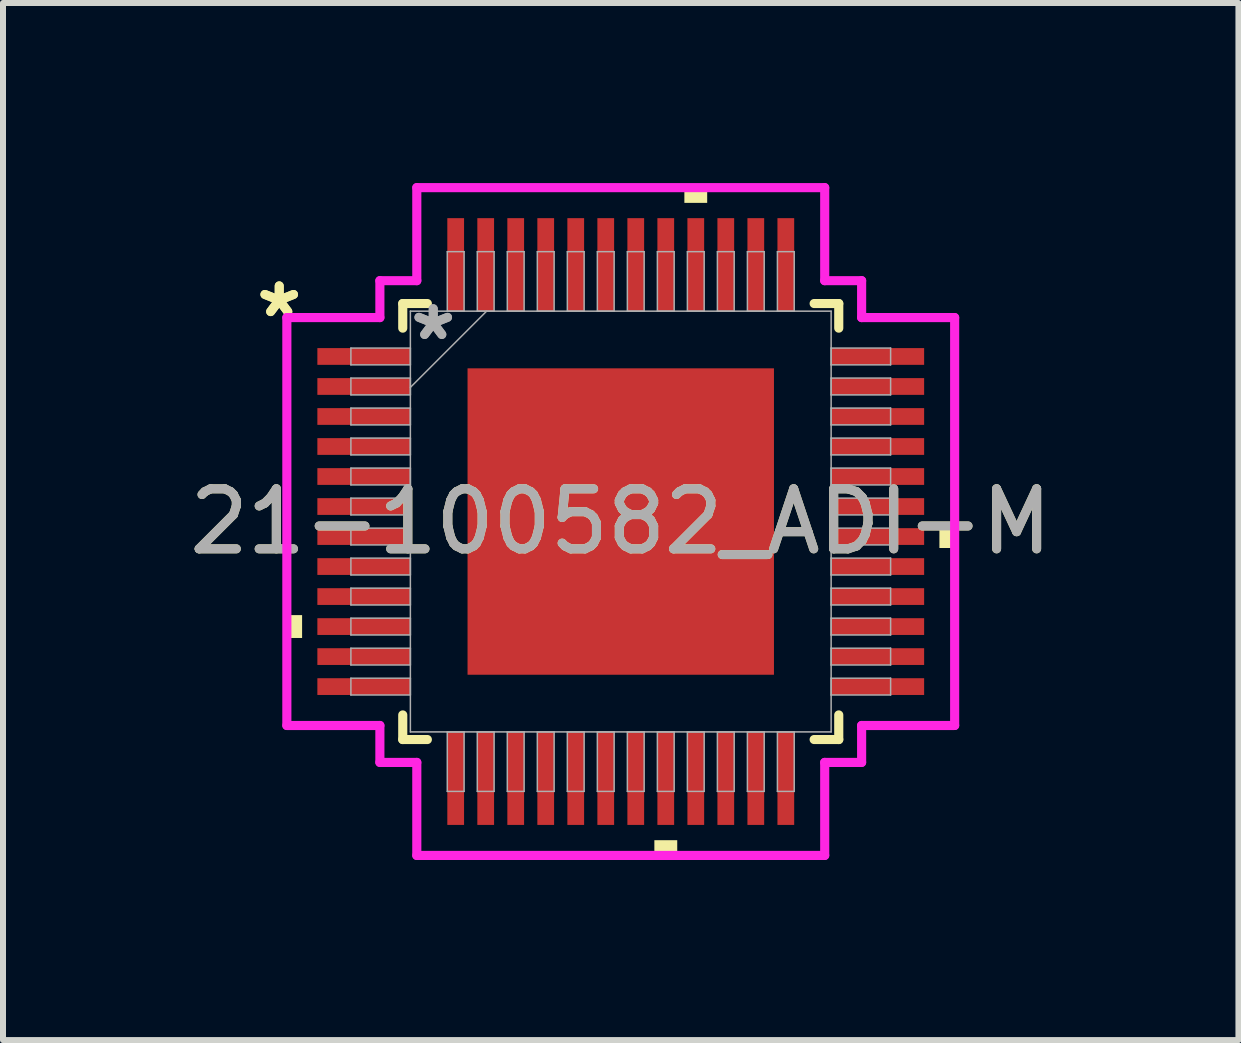
<source format=kicad_pcb>
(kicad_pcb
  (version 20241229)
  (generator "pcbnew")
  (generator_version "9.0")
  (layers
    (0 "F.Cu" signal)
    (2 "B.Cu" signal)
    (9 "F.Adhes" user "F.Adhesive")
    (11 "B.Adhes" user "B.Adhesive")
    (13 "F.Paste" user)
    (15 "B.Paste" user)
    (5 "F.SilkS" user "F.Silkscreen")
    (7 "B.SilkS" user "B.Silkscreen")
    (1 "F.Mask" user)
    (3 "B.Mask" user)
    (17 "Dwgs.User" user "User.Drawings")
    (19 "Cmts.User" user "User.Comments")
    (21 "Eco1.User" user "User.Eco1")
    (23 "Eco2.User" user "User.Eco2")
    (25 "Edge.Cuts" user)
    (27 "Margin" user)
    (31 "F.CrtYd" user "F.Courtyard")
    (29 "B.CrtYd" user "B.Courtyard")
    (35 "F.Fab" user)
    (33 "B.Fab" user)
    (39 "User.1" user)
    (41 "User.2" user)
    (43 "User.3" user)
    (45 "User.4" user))
  (footprint "21-100582_ADI-M"
    (layer "F.Cu")
    (at 7.292 5.639)
    (property "Reference" "21-100582_ADI-M" (at 0 0 0) (unlocked yes) (layer "F.SilkS") (effects (font (size 1 1) (thickness 0.15))))
    (attr smd)
    (fp_line (start -3.632 -3.632) (end -3.632 -3.222) (stroke (width 0.152) (type solid)) (layer "F.SilkS"))
    (fp_line (start -3.632 3.222) (end -3.632 3.632) (stroke (width 0.152) (type solid)) (layer "F.SilkS"))
    (fp_line (start -3.632 3.632) (end -3.222 3.632) (stroke (width 0.152) (type solid)) (layer "F.SilkS"))
    (fp_line (start -3.222 -3.632) (end -3.632 -3.632) (stroke (width 0.152) (type solid)) (layer "F.SilkS"))
    (fp_line (start 3.222 3.632) (end 3.632 3.632) (stroke (width 0.152) (type solid)) (layer "F.SilkS"))
    (fp_line (start 3.632 -3.632) (end 3.222 -3.632) (stroke (width 0.152) (type solid)) (layer "F.SilkS"))
    (fp_line (start 3.632 -3.222) (end 3.632 -3.632) (stroke (width 0.152) (type solid)) (layer "F.SilkS"))
    (fp_line (start 3.632 3.632) (end 3.632 3.222) (stroke (width 0.152) (type solid)) (layer "F.SilkS"))
    (fp_poly (pts (xy -5.563 1.559) (xy -5.563 1.94) (xy -5.309 1.94) (xy -5.309 1.559)) (stroke (width 0) (type solid)) (fill yes) (layer "F.SilkS"))
    (fp_poly (pts (xy 0.56 5.309) (xy 0.56 5.563) (xy 0.941 5.563) (xy 0.941 5.309)) (stroke (width 0) (type solid)) (fill yes) (layer "F.SilkS"))
    (fp_poly (pts (xy 1.06 -5.309) (xy 1.06 -5.563) (xy 1.44 -5.563) (xy 1.44 -5.309)) (stroke (width 0) (type solid)) (fill yes) (layer "F.SilkS"))
    (fp_poly (pts (xy 5.563 0.059) (xy 5.563 0.441) (xy 5.309 0.441) (xy 5.309 0.059)) (stroke (width 0) (type solid)) (fill yes) (layer "F.SilkS"))
    (fp_poly (pts (xy -2.453 -2.453) (xy -2.453 -1.376) (xy -1.376 -1.376) (xy -1.376 -2.453)) (stroke (width 0) (type solid)) (fill yes) (layer "F.Paste"))
    (fp_poly (pts (xy -2.453 -1.176) (xy -2.453 -0.1) (xy -1.376 -0.1) (xy -1.376 -1.176)) (stroke (width 0) (type solid)) (fill yes) (layer "F.Paste"))
    (fp_poly (pts (xy -2.453 0.1) (xy -2.453 1.176) (xy -1.376 1.176) (xy -1.376 0.1)) (stroke (width 0) (type solid)) (fill yes) (layer "F.Paste"))
    (fp_poly (pts (xy -2.453 1.376) (xy -2.453 2.453) (xy -1.376 2.453) (xy -1.376 1.376)) (stroke (width 0) (type solid)) (fill yes) (layer "F.Paste"))
    (fp_poly (pts (xy -1.176 -2.453) (xy -1.176 -1.376) (xy -0.1 -1.376) (xy -0.1 -2.453)) (stroke (width 0) (type solid)) (fill yes) (layer "F.Paste"))
    (fp_poly (pts (xy -1.176 -1.176) (xy -1.176 -0.1) (xy -0.1 -0.1) (xy -0.1 -1.176)) (stroke (width 0) (type solid)) (fill yes) (layer "F.Paste"))
    (fp_poly (pts (xy -1.176 0.1) (xy -1.176 1.176) (xy -0.1 1.176) (xy -0.1 0.1)) (stroke (width 0) (type solid)) (fill yes) (layer "F.Paste"))
    (fp_poly (pts (xy -1.176 1.376) (xy -1.176 2.453) (xy -0.1 2.453) (xy -0.1 1.376)) (stroke (width 0) (type solid)) (fill yes) (layer "F.Paste"))
    (fp_poly (pts (xy 0.1 -2.453) (xy 0.1 -1.376) (xy 1.176 -1.376) (xy 1.176 -2.453)) (stroke (width 0) (type solid)) (fill yes) (layer "F.Paste"))
    (fp_poly (pts (xy 0.1 -1.176) (xy 0.1 -0.1) (xy 1.176 -0.1) (xy 1.176 -1.176)) (stroke (width 0) (type solid)) (fill yes) (layer "F.Paste"))
    (fp_poly (pts (xy 0.1 0.1) (xy 0.1 1.176) (xy 1.176 1.176) (xy 1.176 0.1)) (stroke (width 0) (type solid)) (fill yes) (layer "F.Paste"))
    (fp_poly (pts (xy 0.1 1.376) (xy 0.1 2.453) (xy 1.176 2.453) (xy 1.176 1.376)) (stroke (width 0) (type solid)) (fill yes) (layer "F.Paste"))
    (fp_poly (pts (xy 1.376 -2.453) (xy 1.376 -1.376) (xy 2.453 -1.376) (xy 2.453 -2.453)) (stroke (width 0) (type solid)) (fill yes) (layer "F.Paste"))
    (fp_poly (pts (xy 1.376 -1.176) (xy 1.376 -0.1) (xy 2.453 -0.1) (xy 2.453 -1.176)) (stroke (width 0) (type solid)) (fill yes) (layer "F.Paste"))
    (fp_poly (pts (xy 1.376 0.1) (xy 1.376 1.176) (xy 2.453 1.176) (xy 2.453 0.1)) (stroke (width 0) (type solid)) (fill yes) (layer "F.Paste"))
    (fp_poly (pts (xy 1.376 1.376) (xy 1.376 2.453) (xy 2.453 2.453) (xy 2.453 1.376)) (stroke (width 0) (type solid)) (fill yes) (layer "F.Paste"))
    (fp_line (start -5.563 -3.398) (end -4.013 -3.398) (stroke (width 0.152) (type solid)) (layer "F.CrtYd"))
    (fp_line (start -5.563 3.398) (end -5.563 -3.398) (stroke (width 0.152) (type solid)) (layer "F.CrtYd"))
    (fp_line (start -4.013 -4.013) (end -3.398 -4.013) (stroke (width 0.152) (type solid)) (layer "F.CrtYd"))
    (fp_line (start -4.013 -3.398) (end -4.013 -4.013) (stroke (width 0.152) (type solid)) (layer "F.CrtYd"))
    (fp_line (start -4.013 3.398) (end -5.563 3.398) (stroke (width 0.152) (type solid)) (layer "F.CrtYd"))
    (fp_line (start -4.013 4.013) (end -4.013 3.398) (stroke (width 0.152) (type solid)) (layer "F.CrtYd"))
    (fp_line (start -4.013 4.013) (end -3.398 4.013) (stroke (width 0.152) (type solid)) (layer "F.CrtYd"))
    (fp_line (start -3.398 -5.563) (end 3.398 -5.563) (stroke (width 0.152) (type solid)) (layer "F.CrtYd"))
    (fp_line (start -3.398 -4.013) (end -3.398 -5.563) (stroke (width 0.152) (type solid)) (layer "F.CrtYd"))
    (fp_line (start -3.398 4.013) (end -3.398 5.563) (stroke (width 0.152) (type solid)) (layer "F.CrtYd"))
    (fp_line (start -3.398 5.563) (end 3.398 5.563) (stroke (width 0.152) (type solid)) (layer "F.CrtYd"))
    (fp_line (start 3.398 -5.563) (end 3.398 -4.013) (stroke (width 0.152) (type solid)) (layer "F.CrtYd"))
    (fp_line (start 3.398 -4.013) (end 4.013 -4.013) (stroke (width 0.152) (type solid)) (layer "F.CrtYd"))
    (fp_line (start 3.398 4.013) (end 4.013 4.013) (stroke (width 0.152) (type solid)) (layer "F.CrtYd"))
    (fp_line (start 3.398 5.563) (end 3.398 4.013) (stroke (width 0.152) (type solid)) (layer "F.CrtYd"))
    (fp_line (start 4.013 -3.398) (end 4.013 -4.013) (stroke (width 0.152) (type solid)) (layer "F.CrtYd"))
    (fp_line (start 4.013 3.398) (end 5.563 3.398) (stroke (width 0.152) (type solid)) (layer "F.CrtYd"))
    (fp_line (start 4.013 4.013) (end 4.013 3.398) (stroke (width 0.152) (type solid)) (layer "F.CrtYd"))
    (fp_line (start 5.563 -3.398) (end 4.013 -3.398) (stroke (width 0.152) (type solid)) (layer "F.CrtYd"))
    (fp_line (start 5.563 3.398) (end 5.563 -3.398) (stroke (width 0.152) (type solid)) (layer "F.CrtYd"))
    (fp_line (start -4.496 -2.89) (end -4.496 -2.61) (stroke (width 0.025) (type solid)) (layer "F.Fab"))
    (fp_line (start -4.496 -2.61) (end -3.505 -2.61) (stroke (width 0.025) (type solid)) (layer "F.Fab"))
    (fp_line (start -4.496 -2.39) (end -4.496 -2.11) (stroke (width 0.025) (type solid)) (layer "F.Fab"))
    (fp_line (start -4.496 -2.11) (end -3.505 -2.11) (stroke (width 0.025) (type solid)) (layer "F.Fab"))
    (fp_line (start -4.496 -1.89) (end -4.496 -1.61) (stroke (width 0.025) (type solid)) (layer "F.Fab"))
    (fp_line (start -4.496 -1.61) (end -3.505 -1.61) (stroke (width 0.025) (type solid)) (layer "F.Fab"))
    (fp_line (start -4.496 -1.39) (end -4.496 -1.11) (stroke (width 0.025) (type solid)) (layer "F.Fab"))
    (fp_line (start -4.496 -1.11) (end -3.505 -1.11) (stroke (width 0.025) (type solid)) (layer "F.Fab"))
    (fp_line (start -4.496 -0.89) (end -4.496 -0.61) (stroke (width 0.025) (type solid)) (layer "F.Fab"))
    (fp_line (start -4.496 -0.61) (end -3.505 -0.61) (stroke (width 0.025) (type solid)) (layer "F.Fab"))
    (fp_line (start -4.496 -0.39) (end -4.496 -0.11) (stroke (width 0.025) (type solid)) (layer "F.Fab"))
    (fp_line (start -4.496 -0.11) (end -3.505 -0.11) (stroke (width 0.025) (type solid)) (layer "F.Fab"))
    (fp_line (start -4.496 0.11) (end -4.496 0.39) (stroke (width 0.025) (type solid)) (layer "F.Fab"))
    (fp_line (start -4.496 0.39) (end -3.505 0.39) (stroke (width 0.025) (type solid)) (layer "F.Fab"))
    (fp_line (start -4.496 0.61) (end -4.496 0.89) (stroke (width 0.025) (type solid)) (layer "F.Fab"))
    (fp_line (start -4.496 0.89) (end -3.505 0.89) (stroke (width 0.025) (type solid)) (layer "F.Fab"))
    (fp_line (start -4.496 1.11) (end -4.496 1.39) (stroke (width 0.025) (type solid)) (layer "F.Fab"))
    (fp_line (start -4.496 1.39) (end -3.505 1.39) (stroke (width 0.025) (type solid)) (layer "F.Fab"))
    (fp_line (start -4.496 1.61) (end -4.496 1.89) (stroke (width 0.025) (type solid)) (layer "F.Fab"))
    (fp_line (start -4.496 1.89) (end -3.505 1.89) (stroke (width 0.025) (type solid)) (layer "F.Fab"))
    (fp_line (start -4.496 2.11) (end -4.496 2.39) (stroke (width 0.025) (type solid)) (layer "F.Fab"))
    (fp_line (start -4.496 2.39) (end -3.505 2.39) (stroke (width 0.025) (type solid)) (layer "F.Fab"))
    (fp_line (start -4.496 2.61) (end -4.496 2.89) (stroke (width 0.025) (type solid)) (layer "F.Fab"))
    (fp_line (start -4.496 2.89) (end -3.505 2.89) (stroke (width 0.025) (type solid)) (layer "F.Fab"))
    (fp_line (start -3.505 -3.505) (end -3.505 3.505) (stroke (width 0.025) (type solid)) (layer "F.Fab"))
    (fp_line (start -3.505 -2.89) (end -4.496 -2.89) (stroke (width 0.025) (type solid)) (layer "F.Fab"))
    (fp_line (start -3.505 -2.61) (end -3.505 -2.89) (stroke (width 0.025) (type solid)) (layer "F.Fab"))
    (fp_line (start -3.505 -2.39) (end -4.496 -2.39) (stroke (width 0.025) (type solid)) (layer "F.Fab"))
    (fp_line (start -3.505 -2.235) (end -2.235 -3.505) (stroke (width 0.025) (type solid)) (layer "F.Fab"))
    (fp_line (start -3.505 -2.11) (end -3.505 -2.39) (stroke (width 0.025) (type solid)) (layer "F.Fab"))
    (fp_line (start -3.505 -1.89) (end -4.496 -1.89) (stroke (width 0.025) (type solid)) (layer "F.Fab"))
    (fp_line (start -3.505 -1.61) (end -3.505 -1.89) (stroke (width 0.025) (type solid)) (layer "F.Fab"))
    (fp_line (start -3.505 -1.39) (end -4.496 -1.39) (stroke (width 0.025) (type solid)) (layer "F.Fab"))
    (fp_line (start -3.505 -1.11) (end -3.505 -1.39) (stroke (width 0.025) (type solid)) (layer "F.Fab"))
    (fp_line (start -3.505 -0.89) (end -4.496 -0.89) (stroke (width 0.025) (type solid)) (layer "F.Fab"))
    (fp_line (start -3.505 -0.61) (end -3.505 -0.89) (stroke (width 0.025) (type solid)) (layer "F.Fab"))
    (fp_line (start -3.505 -0.39) (end -4.496 -0.39) (stroke (width 0.025) (type solid)) (layer "F.Fab"))
    (fp_line (start -3.505 -0.11) (end -3.505 -0.39) (stroke (width 0.025) (type solid)) (layer "F.Fab"))
    (fp_line (start -3.505 0.11) (end -4.496 0.11) (stroke (width 0.025) (type solid)) (layer "F.Fab"))
    (fp_line (start -3.505 0.39) (end -3.505 0.11) (stroke (width 0.025) (type solid)) (layer "F.Fab"))
    (fp_line (start -3.505 0.61) (end -4.496 0.61) (stroke (width 0.025) (type solid)) (layer "F.Fab"))
    (fp_line (start -3.505 0.89) (end -3.505 0.61) (stroke (width 0.025) (type solid)) (layer "F.Fab"))
    (fp_line (start -3.505 1.11) (end -4.496 1.11) (stroke (width 0.025) (type solid)) (layer "F.Fab"))
    (fp_line (start -3.505 1.39) (end -3.505 1.11) (stroke (width 0.025) (type solid)) (layer "F.Fab"))
    (fp_line (start -3.505 1.61) (end -4.496 1.61) (stroke (width 0.025) (type solid)) (layer "F.Fab"))
    (fp_line (start -3.505 1.89) (end -3.505 1.61) (stroke (width 0.025) (type solid)) (layer "F.Fab"))
    (fp_line (start -3.505 2.11) (end -4.496 2.11) (stroke (width 0.025) (type solid)) (layer "F.Fab"))
    (fp_line (start -3.505 2.39) (end -3.505 2.11) (stroke (width 0.025) (type solid)) (layer "F.Fab"))
    (fp_line (start -3.505 2.61) (end -4.496 2.61) (stroke (width 0.025) (type solid)) (layer "F.Fab"))
    (fp_line (start -3.505 2.89) (end -3.505 2.61) (stroke (width 0.025) (type solid)) (layer "F.Fab"))
    (fp_line (start -3.505 3.505) (end 3.505 3.505) (stroke (width 0.025) (type solid)) (layer "F.Fab"))
    (fp_line (start -2.89 -4.496) (end -2.89 -3.505) (stroke (width 0.025) (type solid)) (layer "F.Fab"))
    (fp_line (start -2.89 -3.505) (end -2.61 -3.505) (stroke (width 0.025) (type solid)) (layer "F.Fab"))
    (fp_line (start -2.89 3.505) (end -2.89 4.496) (stroke (width 0.025) (type solid)) (layer "F.Fab"))
    (fp_line (start -2.89 4.496) (end -2.61 4.496) (stroke (width 0.025) (type solid)) (layer "F.Fab"))
    (fp_line (start -2.61 -4.496) (end -2.89 -4.496) (stroke (width 0.025) (type solid)) (layer "F.Fab"))
    (fp_line (start -2.61 -3.505) (end -2.61 -4.496) (stroke (width 0.025) (type solid)) (layer "F.Fab"))
    (fp_line (start -2.61 3.505) (end -2.89 3.505) (stroke (width 0.025) (type solid)) (layer "F.Fab"))
    (fp_line (start -2.61 4.496) (end -2.61 3.505) (stroke (width 0.025) (type solid)) (layer "F.Fab"))
    (fp_line (start -2.39 -4.496) (end -2.39 -3.505) (stroke (width 0.025) (type solid)) (layer "F.Fab"))
    (fp_line (start -2.39 -3.505) (end -2.11 -3.505) (stroke (width 0.025) (type solid)) (layer "F.Fab"))
    (fp_line (start -2.39 3.505) (end -2.39 4.496) (stroke (width 0.025) (type solid)) (layer "F.Fab"))
    (fp_line (start -2.39 4.496) (end -2.11 4.496) (stroke (width 0.025) (type solid)) (layer "F.Fab"))
    (fp_line (start -2.11 -4.496) (end -2.39 -4.496) (stroke (width 0.025) (type solid)) (layer "F.Fab"))
    (fp_line (start -2.11 -3.505) (end -2.11 -4.496) (stroke (width 0.025) (type solid)) (layer "F.Fab"))
    (fp_line (start -2.11 3.505) (end -2.39 3.505) (stroke (width 0.025) (type solid)) (layer "F.Fab"))
    (fp_line (start -2.11 4.496) (end -2.11 3.505) (stroke (width 0.025) (type solid)) (layer "F.Fab"))
    (fp_line (start -1.89 -4.496) (end -1.89 -3.505) (stroke (width 0.025) (type solid)) (layer "F.Fab"))
    (fp_line (start -1.89 -3.505) (end -1.61 -3.505) (stroke (width 0.025) (type solid)) (layer "F.Fab"))
    (fp_line (start -1.89 3.505) (end -1.89 4.496) (stroke (width 0.025) (type solid)) (layer "F.Fab"))
    (fp_line (start -1.89 4.496) (end -1.61 4.496) (stroke (width 0.025) (type solid)) (layer "F.Fab"))
    (fp_line (start -1.61 -4.496) (end -1.89 -4.496) (stroke (width 0.025) (type solid)) (layer "F.Fab"))
    (fp_line (start -1.61 -3.505) (end -1.61 -4.496) (stroke (width 0.025) (type solid)) (layer "F.Fab"))
    (fp_line (start -1.61 3.505) (end -1.89 3.505) (stroke (width 0.025) (type solid)) (layer "F.Fab"))
    (fp_line (start -1.61 4.496) (end -1.61 3.505) (stroke (width 0.025) (type solid)) (layer "F.Fab"))
    (fp_line (start -1.39 -4.496) (end -1.39 -3.505) (stroke (width 0.025) (type solid)) (layer "F.Fab"))
    (fp_line (start -1.39 -3.505) (end -1.11 -3.505) (stroke (width 0.025) (type solid)) (layer "F.Fab"))
    (fp_line (start -1.39 3.505) (end -1.39 4.496) (stroke (width 0.025) (type solid)) (layer "F.Fab"))
    (fp_line (start -1.39 4.496) (end -1.11 4.496) (stroke (width 0.025) (type solid)) (layer "F.Fab"))
    (fp_line (start -1.11 -4.496) (end -1.39 -4.496) (stroke (width 0.025) (type solid)) (layer "F.Fab"))
    (fp_line (start -1.11 -3.505) (end -1.11 -4.496) (stroke (width 0.025) (type solid)) (layer "F.Fab"))
    (fp_line (start -1.11 3.505) (end -1.39 3.505) (stroke (width 0.025) (type solid)) (layer "F.Fab"))
    (fp_line (start -1.11 4.496) (end -1.11 3.505) (stroke (width 0.025) (type solid)) (layer "F.Fab"))
    (fp_line (start -0.89 -4.496) (end -0.89 -3.505) (stroke (width 0.025) (type solid)) (layer "F.Fab"))
    (fp_line (start -0.89 -3.505) (end -0.61 -3.505) (stroke (width 0.025) (type solid)) (layer "F.Fab"))
    (fp_line (start -0.89 3.505) (end -0.89 4.496) (stroke (width 0.025) (type solid)) (layer "F.Fab"))
    (fp_line (start -0.89 4.496) (end -0.61 4.496) (stroke (width 0.025) (type solid)) (layer "F.Fab"))
    (fp_line (start -0.61 -4.496) (end -0.89 -4.496) (stroke (width 0.025) (type solid)) (layer "F.Fab"))
    (fp_line (start -0.61 -3.505) (end -0.61 -4.496) (stroke (width 0.025) (type solid)) (layer "F.Fab"))
    (fp_line (start -0.61 3.505) (end -0.89 3.505) (stroke (width 0.025) (type solid)) (layer "F.Fab"))
    (fp_line (start -0.61 4.496) (end -0.61 3.505) (stroke (width 0.025) (type solid)) (layer "F.Fab"))
    (fp_line (start -0.39 -4.496) (end -0.39 -3.505) (stroke (width 0.025) (type solid)) (layer "F.Fab"))
    (fp_line (start -0.39 -3.505) (end -0.11 -3.505) (stroke (width 0.025) (type solid)) (layer "F.Fab"))
    (fp_line (start -0.39 3.505) (end -0.39 4.496) (stroke (width 0.025) (type solid)) (layer "F.Fab"))
    (fp_line (start -0.39 4.496) (end -0.11 4.496) (stroke (width 0.025) (type solid)) (layer "F.Fab"))
    (fp_line (start -0.11 -4.496) (end -0.39 -4.496) (stroke (width 0.025) (type solid)) (layer "F.Fab"))
    (fp_line (start -0.11 -3.505) (end -0.11 -4.496) (stroke (width 0.025) (type solid)) (layer "F.Fab"))
    (fp_line (start -0.11 3.505) (end -0.39 3.505) (stroke (width 0.025) (type solid)) (layer "F.Fab"))
    (fp_line (start -0.11 4.496) (end -0.11 3.505) (stroke (width 0.025) (type solid)) (layer "F.Fab"))
    (fp_line (start 0.11 -4.496) (end 0.11 -3.505) (stroke (width 0.025) (type solid)) (layer "F.Fab"))
    (fp_line (start 0.11 -3.505) (end 0.39 -3.505) (stroke (width 0.025) (type solid)) (layer "F.Fab"))
    (fp_line (start 0.11 3.505) (end 0.11 4.496) (stroke (width 0.025) (type solid)) (layer "F.Fab"))
    (fp_line (start 0.11 4.496) (end 0.39 4.496) (stroke (width 0.025) (type solid)) (layer "F.Fab"))
    (fp_line (start 0.39 -4.496) (end 0.11 -4.496) (stroke (width 0.025) (type solid)) (layer "F.Fab"))
    (fp_line (start 0.39 -3.505) (end 0.39 -4.496) (stroke (width 0.025) (type solid)) (layer "F.Fab"))
    (fp_line (start 0.39 3.505) (end 0.11 3.505) (stroke (width 0.025) (type solid)) (layer "F.Fab"))
    (fp_line (start 0.39 4.496) (end 0.39 3.505) (stroke (width 0.025) (type solid)) (layer "F.Fab"))
    (fp_line (start 0.61 -4.496) (end 0.61 -3.505) (stroke (width 0.025) (type solid)) (layer "F.Fab"))
    (fp_line (start 0.61 -3.505) (end 0.89 -3.505) (stroke (width 0.025) (type solid)) (layer "F.Fab"))
    (fp_line (start 0.61 3.505) (end 0.61 4.496) (stroke (width 0.025) (type solid)) (layer "F.Fab"))
    (fp_line (start 0.61 4.496) (end 0.89 4.496) (stroke (width 0.025) (type solid)) (layer "F.Fab"))
    (fp_line (start 0.89 -4.496) (end 0.61 -4.496) (stroke (width 0.025) (type solid)) (layer "F.Fab"))
    (fp_line (start 0.89 -3.505) (end 0.89 -4.496) (stroke (width 0.025) (type solid)) (layer "F.Fab"))
    (fp_line (start 0.89 3.505) (end 0.61 3.505) (stroke (width 0.025) (type solid)) (layer "F.Fab"))
    (fp_line (start 0.89 4.496) (end 0.89 3.505) (stroke (width 0.025) (type solid)) (layer "F.Fab"))
    (fp_line (start 1.11 -4.496) (end 1.11 -3.505) (stroke (width 0.025) (type solid)) (layer "F.Fab"))
    (fp_line (start 1.11 -3.505) (end 1.39 -3.505) (stroke (width 0.025) (type solid)) (layer "F.Fab"))
    (fp_line (start 1.11 3.505) (end 1.11 4.496) (stroke (width 0.025) (type solid)) (layer "F.Fab"))
    (fp_line (start 1.11 4.496) (end 1.39 4.496) (stroke (width 0.025) (type solid)) (layer "F.Fab"))
    (fp_line (start 1.39 -4.496) (end 1.11 -4.496) (stroke (width 0.025) (type solid)) (layer "F.Fab"))
    (fp_line (start 1.39 -3.505) (end 1.39 -4.496) (stroke (width 0.025) (type solid)) (layer "F.Fab"))
    (fp_line (start 1.39 3.505) (end 1.11 3.505) (stroke (width 0.025) (type solid)) (layer "F.Fab"))
    (fp_line (start 1.39 4.496) (end 1.39 3.505) (stroke (width 0.025) (type solid)) (layer "F.Fab"))
    (fp_line (start 1.61 -4.496) (end 1.61 -3.505) (stroke (width 0.025) (type solid)) (layer "F.Fab"))
    (fp_line (start 1.61 -3.505) (end 1.89 -3.505) (stroke (width 0.025) (type solid)) (layer "F.Fab"))
    (fp_line (start 1.61 3.505) (end 1.61 4.496) (stroke (width 0.025) (type solid)) (layer "F.Fab"))
    (fp_line (start 1.61 4.496) (end 1.89 4.496) (stroke (width 0.025) (type solid)) (layer "F.Fab"))
    (fp_line (start 1.89 -4.496) (end 1.61 -4.496) (stroke (width 0.025) (type solid)) (layer "F.Fab"))
    (fp_line (start 1.89 -3.505) (end 1.89 -4.496) (stroke (width 0.025) (type solid)) (layer "F.Fab"))
    (fp_line (start 1.89 3.505) (end 1.61 3.505) (stroke (width 0.025) (type solid)) (layer "F.Fab"))
    (fp_line (start 1.89 4.496) (end 1.89 3.505) (stroke (width 0.025) (type solid)) (layer "F.Fab"))
    (fp_line (start 2.11 -4.496) (end 2.11 -3.505) (stroke (width 0.025) (type solid)) (layer "F.Fab"))
    (fp_line (start 2.11 -3.505) (end 2.39 -3.505) (stroke (width 0.025) (type solid)) (layer "F.Fab"))
    (fp_line (start 2.11 3.505) (end 2.11 4.496) (stroke (width 0.025) (type solid)) (layer "F.Fab"))
    (fp_line (start 2.11 4.496) (end 2.39 4.496) (stroke (width 0.025) (type solid)) (layer "F.Fab"))
    (fp_line (start 2.39 -4.496) (end 2.11 -4.496) (stroke (width 0.025) (type solid)) (layer "F.Fab"))
    (fp_line (start 2.39 -3.505) (end 2.39 -4.496) (stroke (width 0.025) (type solid)) (layer "F.Fab"))
    (fp_line (start 2.39 3.505) (end 2.11 3.505) (stroke (width 0.025) (type solid)) (layer "F.Fab"))
    (fp_line (start 2.39 4.496) (end 2.39 3.505) (stroke (width 0.025) (type solid)) (layer "F.Fab"))
    (fp_line (start 2.61 -4.496) (end 2.61 -3.505) (stroke (width 0.025) (type solid)) (layer "F.Fab"))
    (fp_line (start 2.61 -3.505) (end 2.89 -3.505) (stroke (width 0.025) (type solid)) (layer "F.Fab"))
    (fp_line (start 2.61 3.505) (end 2.61 4.496) (stroke (width 0.025) (type solid)) (layer "F.Fab"))
    (fp_line (start 2.61 4.496) (end 2.89 4.496) (stroke (width 0.025) (type solid)) (layer "F.Fab"))
    (fp_line (start 2.89 -4.496) (end 2.61 -4.496) (stroke (width 0.025) (type solid)) (layer "F.Fab"))
    (fp_line (start 2.89 -3.505) (end 2.89 -4.496) (stroke (width 0.025) (type solid)) (layer "F.Fab"))
    (fp_line (start 2.89 3.505) (end 2.61 3.505) (stroke (width 0.025) (type solid)) (layer "F.Fab"))
    (fp_line (start 2.89 4.496) (end 2.89 3.505) (stroke (width 0.025) (type solid)) (layer "F.Fab"))
    (fp_line (start 3.505 -3.505) (end -3.505 -3.505) (stroke (width 0.025) (type solid)) (layer "F.Fab"))
    (fp_line (start 3.505 -2.89) (end 3.505 -2.61) (stroke (width 0.025) (type solid)) (layer "F.Fab"))
    (fp_line (start 3.505 -2.61) (end 4.496 -2.61) (stroke (width 0.025) (type solid)) (layer "F.Fab"))
    (fp_line (start 3.505 -2.39) (end 3.505 -2.11) (stroke (width 0.025) (type solid)) (layer "F.Fab"))
    (fp_line (start 3.505 -2.11) (end 4.496 -2.11) (stroke (width 0.025) (type solid)) (layer "F.Fab"))
    (fp_line (start 3.505 -1.89) (end 3.505 -1.61) (stroke (width 0.025) (type solid)) (layer "F.Fab"))
    (fp_line (start 3.505 -1.61) (end 4.496 -1.61) (stroke (width 0.025) (type solid)) (layer "F.Fab"))
    (fp_line (start 3.505 -1.39) (end 3.505 -1.11) (stroke (width 0.025) (type solid)) (layer "F.Fab"))
    (fp_line (start 3.505 -1.11) (end 4.496 -1.11) (stroke (width 0.025) (type solid)) (layer "F.Fab"))
    (fp_line (start 3.505 -0.89) (end 3.505 -0.61) (stroke (width 0.025) (type solid)) (layer "F.Fab"))
    (fp_line (start 3.505 -0.61) (end 4.496 -0.61) (stroke (width 0.025) (type solid)) (layer "F.Fab"))
    (fp_line (start 3.505 -0.39) (end 3.505 -0.11) (stroke (width 0.025) (type solid)) (layer "F.Fab"))
    (fp_line (start 3.505 -0.11) (end 4.496 -0.11) (stroke (width 0.025) (type solid)) (layer "F.Fab"))
    (fp_line (start 3.505 0.11) (end 3.505 0.39) (stroke (width 0.025) (type solid)) (layer "F.Fab"))
    (fp_line (start 3.505 0.39) (end 4.496 0.39) (stroke (width 0.025) (type solid)) (layer "F.Fab"))
    (fp_line (start 3.505 0.61) (end 3.505 0.89) (stroke (width 0.025) (type solid)) (layer "F.Fab"))
    (fp_line (start 3.505 0.89) (end 4.496 0.89) (stroke (width 0.025) (type solid)) (layer "F.Fab"))
    (fp_line (start 3.505 1.11) (end 3.505 1.39) (stroke (width 0.025) (type solid)) (layer "F.Fab"))
    (fp_line (start 3.505 1.39) (end 4.496 1.39) (stroke (width 0.025) (type solid)) (layer "F.Fab"))
    (fp_line (start 3.505 1.61) (end 3.505 1.89) (stroke (width 0.025) (type solid)) (layer "F.Fab"))
    (fp_line (start 3.505 1.89) (end 4.496 1.89) (stroke (width 0.025) (type solid)) (layer "F.Fab"))
    (fp_line (start 3.505 2.11) (end 3.505 2.39) (stroke (width 0.025) (type solid)) (layer "F.Fab"))
    (fp_line (start 3.505 2.39) (end 4.496 2.39) (stroke (width 0.025) (type solid)) (layer "F.Fab"))
    (fp_line (start 3.505 2.61) (end 3.505 2.89) (stroke (width 0.025) (type solid)) (layer "F.Fab"))
    (fp_line (start 3.505 2.89) (end 4.496 2.89) (stroke (width 0.025) (type solid)) (layer "F.Fab"))
    (fp_line (start 3.505 3.505) (end 3.505 -3.505) (stroke (width 0.025) (type solid)) (layer "F.Fab"))
    (fp_line (start 4.496 -2.89) (end 3.505 -2.89) (stroke (width 0.025) (type solid)) (layer "F.Fab"))
    (fp_line (start 4.496 -2.61) (end 4.496 -2.89) (stroke (width 0.025) (type solid)) (layer "F.Fab"))
    (fp_line (start 4.496 -2.39) (end 3.505 -2.39) (stroke (width 0.025) (type solid)) (layer "F.Fab"))
    (fp_line (start 4.496 -2.11) (end 4.496 -2.39) (stroke (width 0.025) (type solid)) (layer "F.Fab"))
    (fp_line (start 4.496 -1.89) (end 3.505 -1.89) (stroke (width 0.025) (type solid)) (layer "F.Fab"))
    (fp_line (start 4.496 -1.61) (end 4.496 -1.89) (stroke (width 0.025) (type solid)) (layer "F.Fab"))
    (fp_line (start 4.496 -1.39) (end 3.505 -1.39) (stroke (width 0.025) (type solid)) (layer "F.Fab"))
    (fp_line (start 4.496 -1.11) (end 4.496 -1.39) (stroke (width 0.025) (type solid)) (layer "F.Fab"))
    (fp_line (start 4.496 -0.89) (end 3.505 -0.89) (stroke (width 0.025) (type solid)) (layer "F.Fab"))
    (fp_line (start 4.496 -0.61) (end 4.496 -0.89) (stroke (width 0.025) (type solid)) (layer "F.Fab"))
    (fp_line (start 4.496 -0.39) (end 3.505 -0.39) (stroke (width 0.025) (type solid)) (layer "F.Fab"))
    (fp_line (start 4.496 -0.11) (end 4.496 -0.39) (stroke (width 0.025) (type solid)) (layer "F.Fab"))
    (fp_line (start 4.496 0.11) (end 3.505 0.11) (stroke (width 0.025) (type solid)) (layer "F.Fab"))
    (fp_line (start 4.496 0.39) (end 4.496 0.11) (stroke (width 0.025) (type solid)) (layer "F.Fab"))
    (fp_line (start 4.496 0.61) (end 3.505 0.61) (stroke (width 0.025) (type solid)) (layer "F.Fab"))
    (fp_line (start 4.496 0.89) (end 4.496 0.61) (stroke (width 0.025) (type solid)) (layer "F.Fab"))
    (fp_line (start 4.496 1.11) (end 3.505 1.11) (stroke (width 0.025) (type solid)) (layer "F.Fab"))
    (fp_line (start 4.496 1.39) (end 4.496 1.11) (stroke (width 0.025) (type solid)) (layer "F.Fab"))
    (fp_line (start 4.496 1.61) (end 3.505 1.61) (stroke (width 0.025) (type solid)) (layer "F.Fab"))
    (fp_line (start 4.496 1.89) (end 4.496 1.61) (stroke (width 0.025) (type solid)) (layer "F.Fab"))
    (fp_line (start 4.496 2.11) (end 3.505 2.11) (stroke (width 0.025) (type solid)) (layer "F.Fab"))
    (fp_line (start 4.496 2.39) (end 4.496 2.11) (stroke (width 0.025) (type solid)) (layer "F.Fab"))
    (fp_line (start 4.496 2.61) (end 3.505 2.61) (stroke (width 0.025) (type solid)) (layer "F.Fab"))
    (fp_line (start 4.496 2.89) (end 4.496 2.61) (stroke (width 0.025) (type solid)) (layer "F.Fab"))
    (fp_text user "*" (at -5.69 -3.381 0) (layer "F.SilkS") (effects (font (size 1 1) (thickness 0.15))))
    (fp_text user "*" (at -5.69 -3.381 0) (unlocked yes) (layer "F.SilkS") (effects (font (size 1 1) (thickness 0.15))))
    (fp_text user "${REFERENCE}" (at 0 0 0) (unlocked yes) (layer "F.Fab") (effects (font (size 1 1) (thickness 0.15))))
    (fp_text user "*" (at -3.124 -3 0) (unlocked yes) (layer "F.Fab") (effects (font (size 1 1) (thickness 0.15))))
    (fp_text user "*" (at -3.124 -3 0) (layer "F.Fab") (effects (font (size 1 1) (thickness 0.15))))
    (pad "1" smd rect (at -4.28 -2.75 90) (size 0.279 1.549) (layers "F.Cu" "F.Mask" "F.Paste"))
    (pad "2" smd rect (at -4.28 -2.25 90) (size 0.279 1.549) (layers "F.Cu" "F.Mask" "F.Paste"))
    (pad "3" smd rect (at -4.28 -1.75 90) (size 0.279 1.549) (layers "F.Cu" "F.Mask" "F.Paste"))
    (pad "4" smd rect (at -4.28 -1.25 90) (size 0.279 1.549) (layers "F.Cu" "F.Mask" "F.Paste"))
    (pad "5" smd rect (at -4.28 -0.75 90) (size 0.279 1.549) (layers "F.Cu" "F.Mask" "F.Paste"))
    (pad "6" smd rect (at -4.28 -0.25 90) (size 0.279 1.549) (layers "F.Cu" "F.Mask" "F.Paste"))
    (pad "7" smd rect (at -4.28 0.25 90) (size 0.279 1.549) (layers "F.Cu" "F.Mask" "F.Paste"))
    (pad "8" smd rect (at -4.28 0.75 90) (size 0.279 1.549) (layers "F.Cu" "F.Mask" "F.Paste"))
    (pad "9" smd rect (at -4.28 1.25 90) (size 0.279 1.549) (layers "F.Cu" "F.Mask" "F.Paste"))
    (pad "10" smd rect (at -4.28 1.75 90) (size 0.279 1.549) (layers "F.Cu" "F.Mask" "F.Paste"))
    (pad "11" smd rect (at -4.28 2.25 90) (size 0.279 1.549) (layers "F.Cu" "F.Mask" "F.Paste"))
    (pad "12" smd rect (at -4.28 2.75 90) (size 0.279 1.549) (layers "F.Cu" "F.Mask" "F.Paste"))
    (pad "13" smd rect (at -2.75 4.28) (size 0.279 1.549) (layers "F.Cu" "F.Mask" "F.Paste"))
    (pad "14" smd rect (at -2.25 4.28) (size 0.279 1.549) (layers "F.Cu" "F.Mask" "F.Paste"))
    (pad "15" smd rect (at -1.75 4.28) (size 0.279 1.549) (layers "F.Cu" "F.Mask" "F.Paste"))
    (pad "16" smd rect (at -1.25 4.28) (size 0.279 1.549) (layers "F.Cu" "F.Mask" "F.Paste"))
    (pad "17" smd rect (at -0.75 4.28) (size 0.279 1.549) (layers "F.Cu" "F.Mask" "F.Paste"))
    (pad "18" smd rect (at -0.25 4.28) (size 0.279 1.549) (layers "F.Cu" "F.Mask" "F.Paste"))
    (pad "19" smd rect (at 0.25 4.28) (size 0.279 1.549) (layers "F.Cu" "F.Mask" "F.Paste"))
    (pad "20" smd rect (at 0.75 4.28) (size 0.279 1.549) (layers "F.Cu" "F.Mask" "F.Paste"))
    (pad "21" smd rect (at 1.25 4.28) (size 0.279 1.549) (layers "F.Cu" "F.Mask" "F.Paste"))
    (pad "22" smd rect (at 1.75 4.28) (size 0.279 1.549) (layers "F.Cu" "F.Mask" "F.Paste"))
    (pad "23" smd rect (at 2.25 4.28) (size 0.279 1.549) (layers "F.Cu" "F.Mask" "F.Paste"))
    (pad "24" smd rect (at 2.75 4.28) (size 0.279 1.549) (layers "F.Cu" "F.Mask" "F.Paste"))
    (pad "25" smd rect (at 4.28 2.75 90) (size 0.279 1.549) (layers "F.Cu" "F.Mask" "F.Paste"))
    (pad "26" smd rect (at 4.28 2.25 90) (size 0.279 1.549) (layers "F.Cu" "F.Mask" "F.Paste"))
    (pad "27" smd rect (at 4.28 1.75 90) (size 0.279 1.549) (layers "F.Cu" "F.Mask" "F.Paste"))
    (pad "28" smd rect (at 4.28 1.25 90) (size 0.279 1.549) (layers "F.Cu" "F.Mask" "F.Paste"))
    (pad "29" smd rect (at 4.28 0.75 90) (size 0.279 1.549) (layers "F.Cu" "F.Mask" "F.Paste"))
    (pad "30" smd rect (at 4.28 0.25 90) (size 0.279 1.549) (layers "F.Cu" "F.Mask" "F.Paste"))
    (pad "31" smd rect (at 4.28 -0.25 90) (size 0.279 1.549) (layers "F.Cu" "F.Mask" "F.Paste"))
    (pad "32" smd rect (at 4.28 -0.75 90) (size 0.279 1.549) (layers "F.Cu" "F.Mask" "F.Paste"))
    (pad "33" smd rect (at 4.28 -1.25 90) (size 0.279 1.549) (layers "F.Cu" "F.Mask" "F.Paste"))
    (pad "34" smd rect (at 4.28 -1.75 90) (size 0.279 1.549) (layers "F.Cu" "F.Mask" "F.Paste"))
    (pad "35" smd rect (at 4.28 -2.25 90) (size 0.279 1.549) (layers "F.Cu" "F.Mask" "F.Paste"))
    (pad "36" smd rect (at 4.28 -2.75 90) (size 0.279 1.549) (layers "F.Cu" "F.Mask" "F.Paste"))
    (pad "37" smd rect (at 2.75 -4.28) (size 0.279 1.549) (layers "F.Cu" "F.Mask" "F.Paste"))
    (pad "38" smd rect (at 2.25 -4.28) (size 0.279 1.549) (layers "F.Cu" "F.Mask" "F.Paste"))
    (pad "39" smd rect (at 1.75 -4.28) (size 0.279 1.549) (layers "F.Cu" "F.Mask" "F.Paste"))
    (pad "40" smd rect (at 1.25 -4.28) (size 0.279 1.549) (layers "F.Cu" "F.Mask" "F.Paste"))
    (pad "41" smd rect (at 0.75 -4.28) (size 0.279 1.549) (layers "F.Cu" "F.Mask" "F.Paste"))
    (pad "42" smd rect (at 0.25 -4.28) (size 0.279 1.549) (layers "F.Cu" "F.Mask" "F.Paste"))
    (pad "43" smd rect (at -0.25 -4.28) (size 0.279 1.549) (layers "F.Cu" "F.Mask" "F.Paste"))
    (pad "44" smd rect (at -0.75 -4.28) (size 0.279 1.549) (layers "F.Cu" "F.Mask" "F.Paste"))
    (pad "45" smd rect (at -1.25 -4.28) (size 0.279 1.549) (layers "F.Cu" "F.Mask" "F.Paste"))
    (pad "46" smd rect (at -1.75 -4.28) (size 0.279 1.549) (layers "F.Cu" "F.Mask" "F.Paste"))
    (pad "47" smd rect (at -2.25 -4.28) (size 0.279 1.549) (layers "F.Cu" "F.Mask" "F.Paste"))
    (pad "48" smd rect (at -2.75 -4.28) (size 0.279 1.549) (layers "F.Cu" "F.Mask" "F.Paste"))
    (pad "49" smd rect (at 0 0) (size 5.105 5.105) (layers "F.Cu" "F.Mask")))
  (gr_rect
    (start -3 -3)
    (end 17.583 14.278)
    (stroke (width 0.1) (type default))
    (fill no)
    (layer "Edge.Cuts")))
</source>
